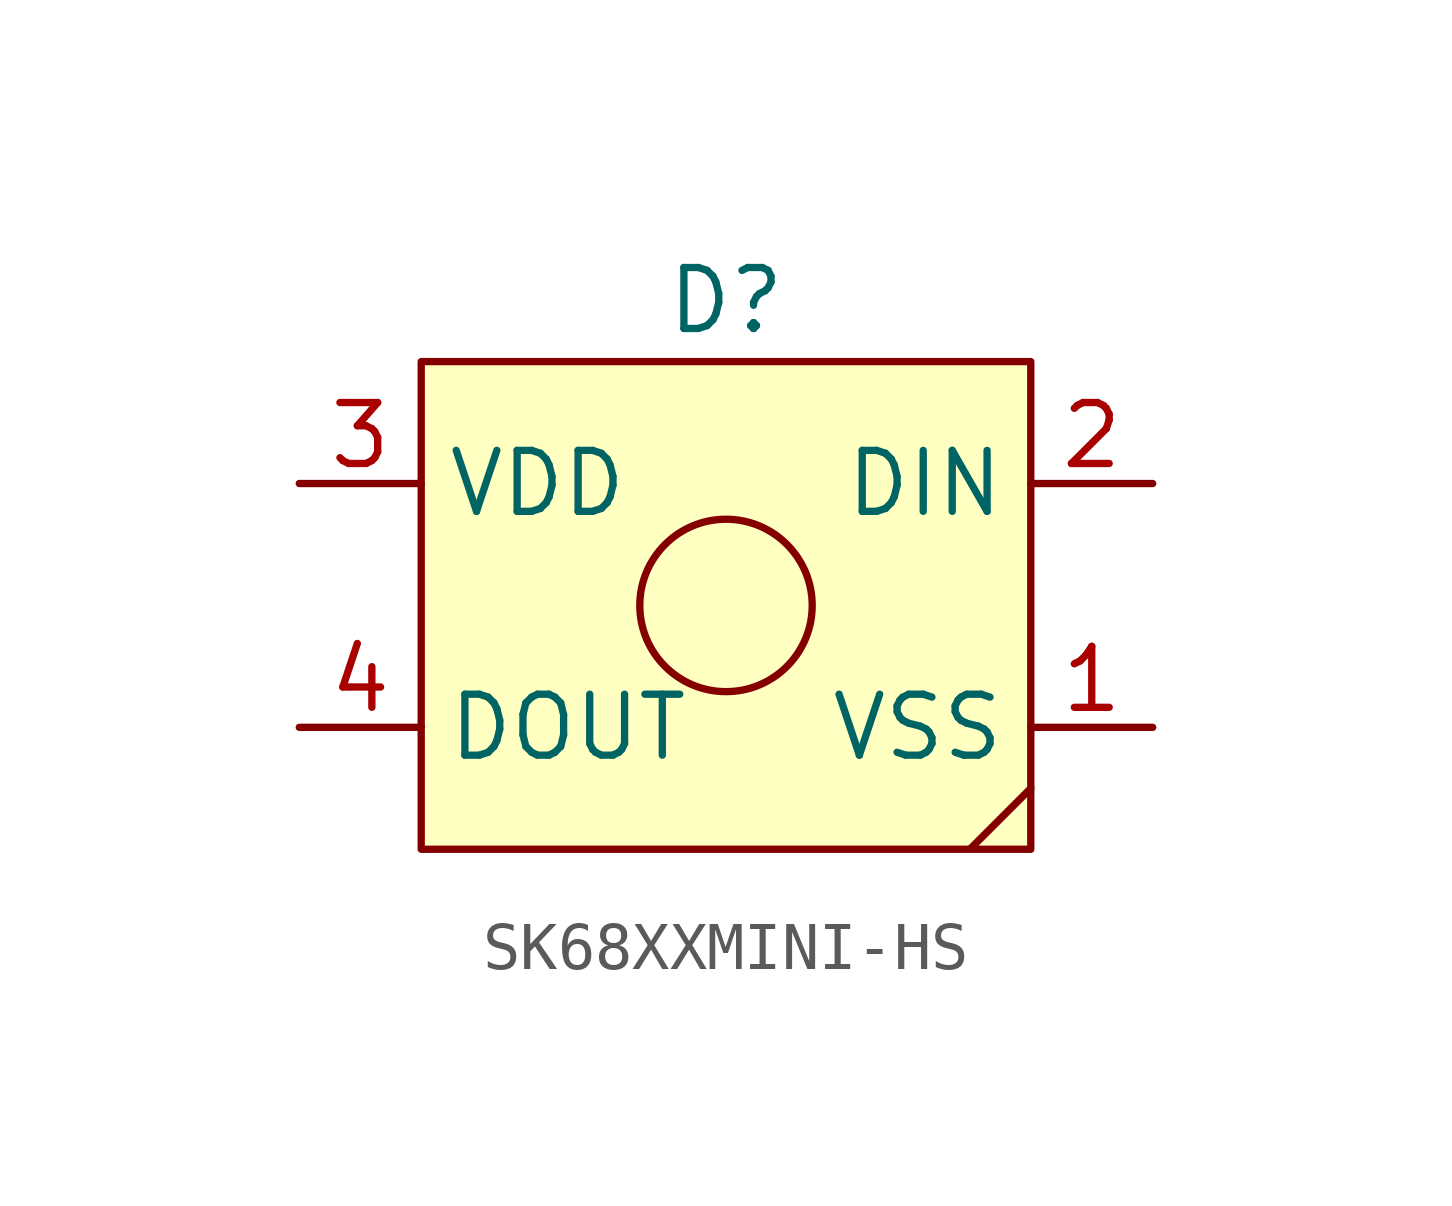
<source format=kicad_sym>
(kicad_symbol_lib
  (version 20220914)
  (generator kicad_symbol_editor)
  (symbol "SK68XXMINI-HS"
    (property "Reference" "D"
      (at 0 6.35 0)
      (effects (font (size 1.27 1.27))))
    (property "Value" ""
      (at 0 1.27 0)
      (effects (font (size 1.27 1.27))))
    (symbol "SK68XXMINI-HS_1_1"
      (rectangle (start -6.35 5.08) (end 6.35 -5.08) (stroke (width 0) (type default)) (fill (type background)))
      (polyline (pts (xy 6.35 -3.81) (xy 5.08 -5.08)) (stroke (width 0) (type default)) (fill (type none)))
      (circle (center 0 0) (radius 1.796) (stroke (width 0) (type default)) (fill (type none)))
      (pin input line (at 8.89 -2.54 180) (length 2.54) (name "VSS" (effects (font (size 1.27 1.27)))) (number "1" (effects (font (size 1.27 1.27)))))
      (pin input line (at 8.89 2.54 180) (length 2.54) (name "DIN" (effects (font (size 1.27 1.27)))) (number "2" (effects (font (size 1.27 1.27)))))
      (pin input line (at -8.89 2.54 0) (length 2.54) (name "VDD" (effects (font (size 1.27 1.27)))) (number "3" (effects (font (size 1.27 1.27)))))
      (pin output line (at -8.89 -2.54 0) (length 2.54) (name "DOUT" (effects (font (size 1.27 1.27)))) (number "4" (effects (font (size 1.27 1.27))))))))
</source>
